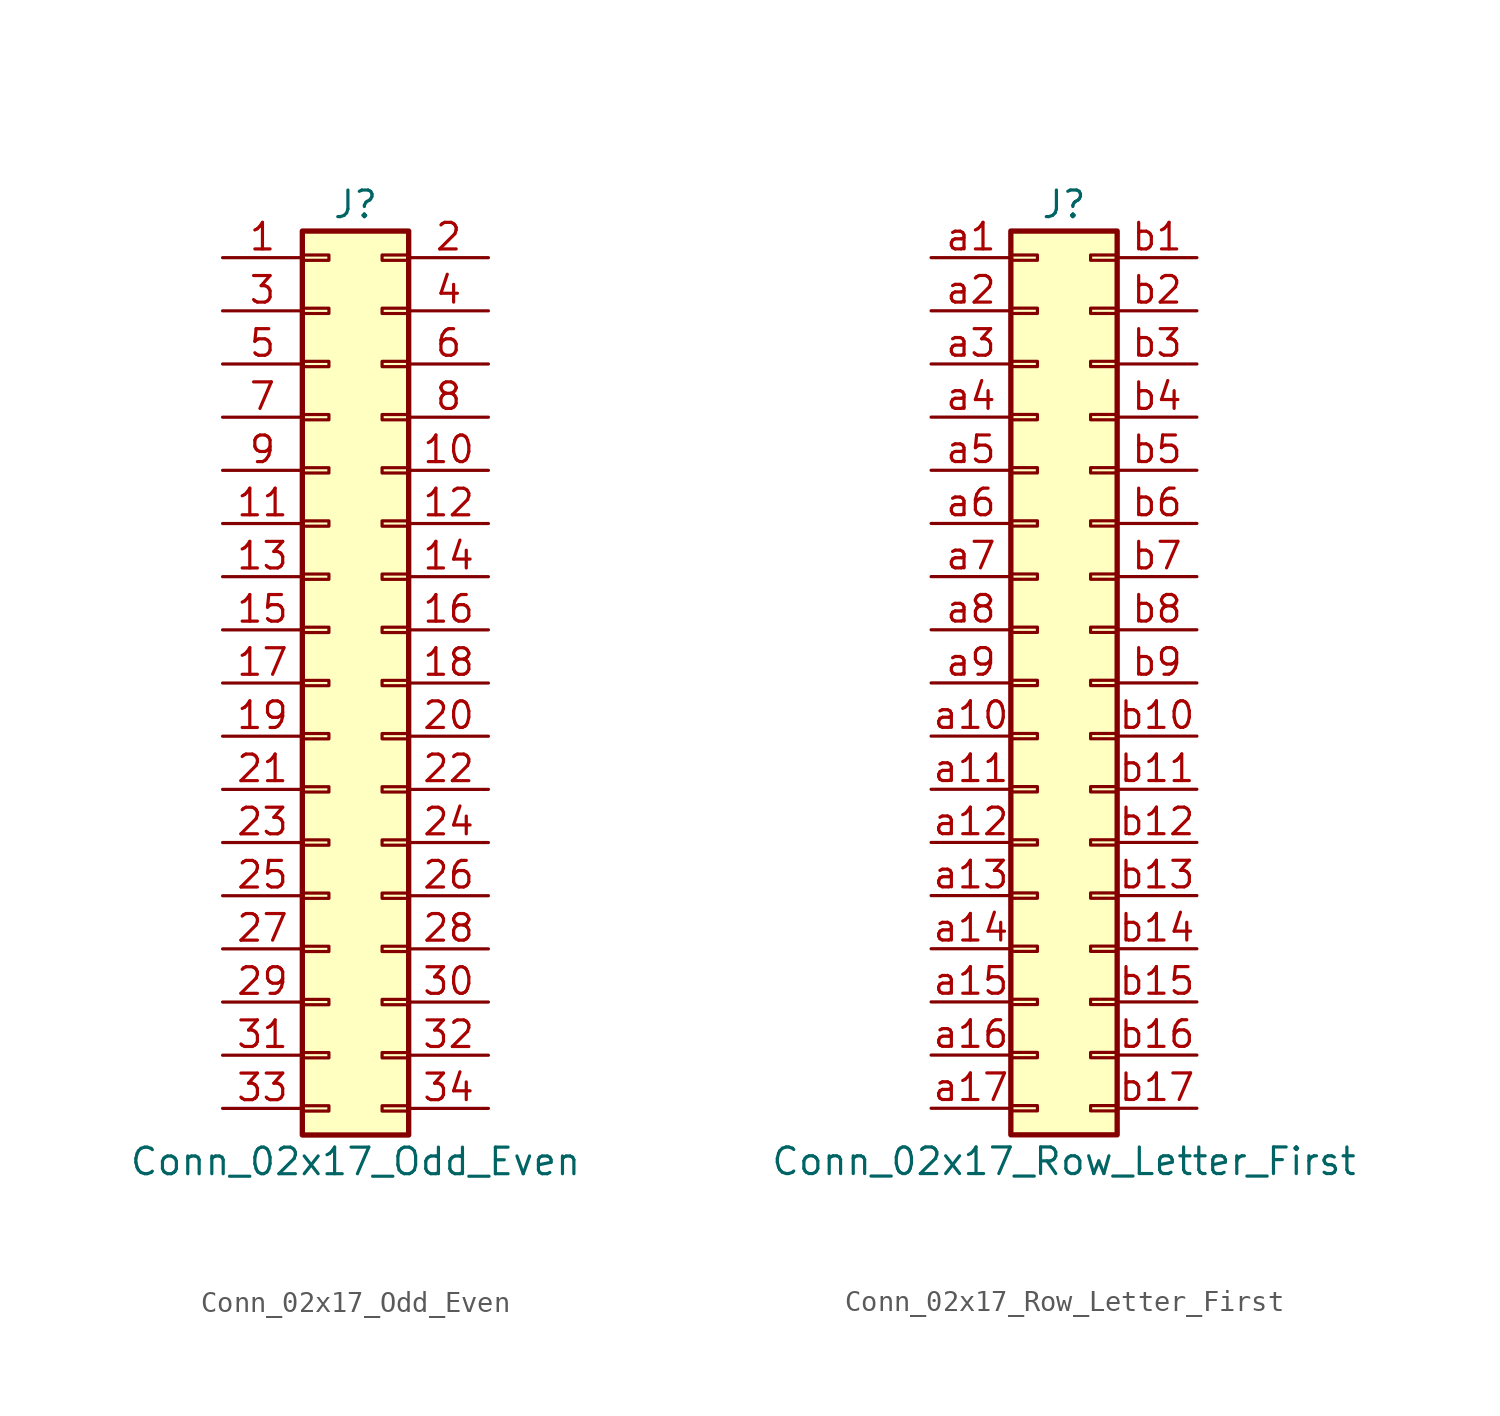
<source format=kicad_sym>
(kicad_symbol_lib
  (version 20220914)
  (generator kicad_symbol_editor)
  (symbol "Conn_02x17_Odd_Even"
    (pin_names
      (offset 1.016) hide)
    (property "Reference" "J"
      (at 1.27 22.86 0)
      (effects (font (size 1.27 1.27))))
    (property "Value" "Conn_02x17_Odd_Even"
      (at 1.27 -22.86 0)
      (effects (font (size 1.27 1.27))))
    (symbol "Conn_02x17_Odd_Even_1_1"
      (rectangle (start -1.27 -20.193) (end 0 -20.447) (stroke (width 0.152) (type solid)) (fill (type none)))
      (rectangle (start -1.27 -17.653) (end 0 -17.907) (stroke (width 0.152) (type solid)) (fill (type none)))
      (rectangle (start -1.27 -15.113) (end 0 -15.367) (stroke (width 0.152) (type solid)) (fill (type none)))
      (rectangle (start -1.27 -12.573) (end 0 -12.827) (stroke (width 0.152) (type solid)) (fill (type none)))
      (rectangle (start -1.27 -10.033) (end 0 -10.287) (stroke (width 0.152) (type solid)) (fill (type none)))
      (rectangle (start -1.27 -7.493) (end 0 -7.747) (stroke (width 0.152) (type solid)) (fill (type none)))
      (rectangle (start -1.27 -4.953) (end 0 -5.207) (stroke (width 0.152) (type solid)) (fill (type none)))
      (rectangle (start -1.27 -2.413) (end 0 -2.667) (stroke (width 0.152) (type solid)) (fill (type none)))
      (rectangle (start -1.27 0.127) (end 0 -0.127) (stroke (width 0.152) (type solid)) (fill (type none)))
      (rectangle (start -1.27 2.667) (end 0 2.413) (stroke (width 0.152) (type solid)) (fill (type none)))
      (rectangle (start -1.27 5.207) (end 0 4.953) (stroke (width 0.152) (type solid)) (fill (type none)))
      (rectangle (start -1.27 7.747) (end 0 7.493) (stroke (width 0.152) (type solid)) (fill (type none)))
      (rectangle (start -1.27 10.287) (end 0 10.033) (stroke (width 0.152) (type solid)) (fill (type none)))
      (rectangle (start -1.27 12.827) (end 0 12.573) (stroke (width 0.152) (type solid)) (fill (type none)))
      (rectangle (start -1.27 15.367) (end 0 15.113) (stroke (width 0.152) (type solid)) (fill (type none)))
      (rectangle (start -1.27 17.907) (end 0 17.653) (stroke (width 0.152) (type solid)) (fill (type none)))
      (rectangle (start -1.27 20.447) (end 0 20.193) (stroke (width 0.152) (type solid)) (fill (type none)))
      (rectangle (start -1.27 21.59) (end 3.81 -21.59) (stroke (width 0.254) (type solid)) (fill (type background)))
      (rectangle (start 3.81 -20.193) (end 2.54 -20.447) (stroke (width 0.152) (type solid)) (fill (type none)))
      (rectangle (start 3.81 -17.653) (end 2.54 -17.907) (stroke (width 0.152) (type solid)) (fill (type none)))
      (rectangle (start 3.81 -15.113) (end 2.54 -15.367) (stroke (width 0.152) (type solid)) (fill (type none)))
      (rectangle (start 3.81 -12.573) (end 2.54 -12.827) (stroke (width 0.152) (type solid)) (fill (type none)))
      (rectangle (start 3.81 -10.033) (end 2.54 -10.287) (stroke (width 0.152) (type solid)) (fill (type none)))
      (rectangle (start 3.81 -7.493) (end 2.54 -7.747) (stroke (width 0.152) (type solid)) (fill (type none)))
      (rectangle (start 3.81 -4.953) (end 2.54 -5.207) (stroke (width 0.152) (type solid)) (fill (type none)))
      (rectangle (start 3.81 -2.413) (end 2.54 -2.667) (stroke (width 0.152) (type solid)) (fill (type none)))
      (rectangle (start 3.81 0.127) (end 2.54 -0.127) (stroke (width 0.152) (type solid)) (fill (type none)))
      (rectangle (start 3.81 2.667) (end 2.54 2.413) (stroke (width 0.152) (type solid)) (fill (type none)))
      (rectangle (start 3.81 5.207) (end 2.54 4.953) (stroke (width 0.152) (type solid)) (fill (type none)))
      (rectangle (start 3.81 7.747) (end 2.54 7.493) (stroke (width 0.152) (type solid)) (fill (type none)))
      (rectangle (start 3.81 10.287) (end 2.54 10.033) (stroke (width 0.152) (type solid)) (fill (type none)))
      (rectangle (start 3.81 12.827) (end 2.54 12.573) (stroke (width 0.152) (type solid)) (fill (type none)))
      (rectangle (start 3.81 15.367) (end 2.54 15.113) (stroke (width 0.152) (type solid)) (fill (type none)))
      (rectangle (start 3.81 17.907) (end 2.54 17.653) (stroke (width 0.152) (type solid)) (fill (type none)))
      (rectangle (start 3.81 20.447) (end 2.54 20.193) (stroke (width 0.152) (type solid)) (fill (type none)))
      (pin passive line (at -5.08 20.32 0) (length 3.81) (name "Pin_1" (effects (font (size 1.27 1.27)))) (number "1" (effects (font (size 1.27 1.27)))))
      (pin passive line (at 7.62 10.16 180) (length 3.81) (name "Pin_10" (effects (font (size 1.27 1.27)))) (number "10" (effects (font (size 1.27 1.27)))))
      (pin passive line (at -5.08 7.62 0) (length 3.81) (name "Pin_11" (effects (font (size 1.27 1.27)))) (number "11" (effects (font (size 1.27 1.27)))))
      (pin passive line (at 7.62 7.62 180) (length 3.81) (name "Pin_12" (effects (font (size 1.27 1.27)))) (number "12" (effects (font (size 1.27 1.27)))))
      (pin passive line (at -5.08 5.08 0) (length 3.81) (name "Pin_13" (effects (font (size 1.27 1.27)))) (number "13" (effects (font (size 1.27 1.27)))))
      (pin passive line (at 7.62 5.08 180) (length 3.81) (name "Pin_14" (effects (font (size 1.27 1.27)))) (number "14" (effects (font (size 1.27 1.27)))))
      (pin passive line (at -5.08 2.54 0) (length 3.81) (name "Pin_15" (effects (font (size 1.27 1.27)))) (number "15" (effects (font (size 1.27 1.27)))))
      (pin passive line (at 7.62 2.54 180) (length 3.81) (name "Pin_16" (effects (font (size 1.27 1.27)))) (number "16" (effects (font (size 1.27 1.27)))))
      (pin passive line (at -5.08 0 0) (length 3.81) (name "Pin_17" (effects (font (size 1.27 1.27)))) (number "17" (effects (font (size 1.27 1.27)))))
      (pin passive line (at 7.62 0 180) (length 3.81) (name "Pin_18" (effects (font (size 1.27 1.27)))) (number "18" (effects (font (size 1.27 1.27)))))
      (pin passive line (at -5.08 -2.54 0) (length 3.81) (name "Pin_19" (effects (font (size 1.27 1.27)))) (number "19" (effects (font (size 1.27 1.27)))))
      (pin passive line (at 7.62 20.32 180) (length 3.81) (name "Pin_2" (effects (font (size 1.27 1.27)))) (number "2" (effects (font (size 1.27 1.27)))))
      (pin passive line (at 7.62 -2.54 180) (length 3.81) (name "Pin_20" (effects (font (size 1.27 1.27)))) (number "20" (effects (font (size 1.27 1.27)))))
      (pin passive line (at -5.08 -5.08 0) (length 3.81) (name "Pin_21" (effects (font (size 1.27 1.27)))) (number "21" (effects (font (size 1.27 1.27)))))
      (pin passive line (at 7.62 -5.08 180) (length 3.81) (name "Pin_22" (effects (font (size 1.27 1.27)))) (number "22" (effects (font (size 1.27 1.27)))))
      (pin passive line (at -5.08 -7.62 0) (length 3.81) (name "Pin_23" (effects (font (size 1.27 1.27)))) (number "23" (effects (font (size 1.27 1.27)))))
      (pin passive line (at 7.62 -7.62 180) (length 3.81) (name "Pin_24" (effects (font (size 1.27 1.27)))) (number "24" (effects (font (size 1.27 1.27)))))
      (pin passive line (at -5.08 -10.16 0) (length 3.81) (name "Pin_25" (effects (font (size 1.27 1.27)))) (number "25" (effects (font (size 1.27 1.27)))))
      (pin passive line (at 7.62 -10.16 180) (length 3.81) (name "Pin_26" (effects (font (size 1.27 1.27)))) (number "26" (effects (font (size 1.27 1.27)))))
      (pin passive line (at -5.08 -12.7 0) (length 3.81) (name "Pin_27" (effects (font (size 1.27 1.27)))) (number "27" (effects (font (size 1.27 1.27)))))
      (pin passive line (at 7.62 -12.7 180) (length 3.81) (name "Pin_28" (effects (font (size 1.27 1.27)))) (number "28" (effects (font (size 1.27 1.27)))))
      (pin passive line (at -5.08 -15.24 0) (length 3.81) (name "Pin_29" (effects (font (size 1.27 1.27)))) (number "29" (effects (font (size 1.27 1.27)))))
      (pin passive line (at -5.08 17.78 0) (length 3.81) (name "Pin_3" (effects (font (size 1.27 1.27)))) (number "3" (effects (font (size 1.27 1.27)))))
      (pin passive line (at 7.62 -15.24 180) (length 3.81) (name "Pin_30" (effects (font (size 1.27 1.27)))) (number "30" (effects (font (size 1.27 1.27)))))
      (pin passive line (at -5.08 -17.78 0) (length 3.81) (name "Pin_31" (effects (font (size 1.27 1.27)))) (number "31" (effects (font (size 1.27 1.27)))))
      (pin passive line (at 7.62 -17.78 180) (length 3.81) (name "Pin_32" (effects (font (size 1.27 1.27)))) (number "32" (effects (font (size 1.27 1.27)))))
      (pin passive line (at -5.08 -20.32 0) (length 3.81) (name "Pin_33" (effects (font (size 1.27 1.27)))) (number "33" (effects (font (size 1.27 1.27)))))
      (pin passive line (at 7.62 -20.32 180) (length 3.81) (name "Pin_34" (effects (font (size 1.27 1.27)))) (number "34" (effects (font (size 1.27 1.27)))))
      (pin passive line (at 7.62 17.78 180) (length 3.81) (name "Pin_4" (effects (font (size 1.27 1.27)))) (number "4" (effects (font (size 1.27 1.27)))))
      (pin passive line (at -5.08 15.24 0) (length 3.81) (name "Pin_5" (effects (font (size 1.27 1.27)))) (number "5" (effects (font (size 1.27 1.27)))))
      (pin passive line (at 7.62 15.24 180) (length 3.81) (name "Pin_6" (effects (font (size 1.27 1.27)))) (number "6" (effects (font (size 1.27 1.27)))))
      (pin passive line (at -5.08 12.7 0) (length 3.81) (name "Pin_7" (effects (font (size 1.27 1.27)))) (number "7" (effects (font (size 1.27 1.27)))))
      (pin passive line (at 7.62 12.7 180) (length 3.81) (name "Pin_8" (effects (font (size 1.27 1.27)))) (number "8" (effects (font (size 1.27 1.27)))))
      (pin passive line (at -5.08 10.16 0) (length 3.81) (name "Pin_9" (effects (font (size 1.27 1.27)))) (number "9" (effects (font (size 1.27 1.27)))))))
  (symbol "Conn_02x17_Row_Letter_First"
    (pin_names
      (offset 1.016) hide)
    (property "Reference" "J"
      (at 1.27 22.86 0)
      (effects (font (size 1.27 1.27))))
    (property "Value" "Conn_02x17_Row_Letter_First"
      (at 1.27 -22.86 0)
      (effects (font (size 1.27 1.27))))
    (symbol "Conn_02x17_Row_Letter_First_1_1"
      (rectangle (start -1.27 -20.193) (end 0 -20.447) (stroke (width 0.152) (type solid)) (fill (type none)))
      (rectangle (start -1.27 -17.653) (end 0 -17.907) (stroke (width 0.152) (type solid)) (fill (type none)))
      (rectangle (start -1.27 -15.113) (end 0 -15.367) (stroke (width 0.152) (type solid)) (fill (type none)))
      (rectangle (start -1.27 -12.573) (end 0 -12.827) (stroke (width 0.152) (type solid)) (fill (type none)))
      (rectangle (start -1.27 -10.033) (end 0 -10.287) (stroke (width 0.152) (type solid)) (fill (type none)))
      (rectangle (start -1.27 -7.493) (end 0 -7.747) (stroke (width 0.152) (type solid)) (fill (type none)))
      (rectangle (start -1.27 -4.953) (end 0 -5.207) (stroke (width 0.152) (type solid)) (fill (type none)))
      (rectangle (start -1.27 -2.413) (end 0 -2.667) (stroke (width 0.152) (type solid)) (fill (type none)))
      (rectangle (start -1.27 0.127) (end 0 -0.127) (stroke (width 0.152) (type solid)) (fill (type none)))
      (rectangle (start -1.27 2.667) (end 0 2.413) (stroke (width 0.152) (type solid)) (fill (type none)))
      (rectangle (start -1.27 5.207) (end 0 4.953) (stroke (width 0.152) (type solid)) (fill (type none)))
      (rectangle (start -1.27 7.747) (end 0 7.493) (stroke (width 0.152) (type solid)) (fill (type none)))
      (rectangle (start -1.27 10.287) (end 0 10.033) (stroke (width 0.152) (type solid)) (fill (type none)))
      (rectangle (start -1.27 12.827) (end 0 12.573) (stroke (width 0.152) (type solid)) (fill (type none)))
      (rectangle (start -1.27 15.367) (end 0 15.113) (stroke (width 0.152) (type solid)) (fill (type none)))
      (rectangle (start -1.27 17.907) (end 0 17.653) (stroke (width 0.152) (type solid)) (fill (type none)))
      (rectangle (start -1.27 20.447) (end 0 20.193) (stroke (width 0.152) (type solid)) (fill (type none)))
      (rectangle (start -1.27 21.59) (end 3.81 -21.59) (stroke (width 0.254) (type solid)) (fill (type background)))
      (rectangle (start 3.81 -20.193) (end 2.54 -20.447) (stroke (width 0.152) (type solid)) (fill (type none)))
      (rectangle (start 3.81 -17.653) (end 2.54 -17.907) (stroke (width 0.152) (type solid)) (fill (type none)))
      (rectangle (start 3.81 -15.113) (end 2.54 -15.367) (stroke (width 0.152) (type solid)) (fill (type none)))
      (rectangle (start 3.81 -12.573) (end 2.54 -12.827) (stroke (width 0.152) (type solid)) (fill (type none)))
      (rectangle (start 3.81 -10.033) (end 2.54 -10.287) (stroke (width 0.152) (type solid)) (fill (type none)))
      (rectangle (start 3.81 -7.493) (end 2.54 -7.747) (stroke (width 0.152) (type solid)) (fill (type none)))
      (rectangle (start 3.81 -4.953) (end 2.54 -5.207) (stroke (width 0.152) (type solid)) (fill (type none)))
      (rectangle (start 3.81 -2.413) (end 2.54 -2.667) (stroke (width 0.152) (type solid)) (fill (type none)))
      (rectangle (start 3.81 0.127) (end 2.54 -0.127) (stroke (width 0.152) (type solid)) (fill (type none)))
      (rectangle (start 3.81 2.667) (end 2.54 2.413) (stroke (width 0.152) (type solid)) (fill (type none)))
      (rectangle (start 3.81 5.207) (end 2.54 4.953) (stroke (width 0.152) (type solid)) (fill (type none)))
      (rectangle (start 3.81 7.747) (end 2.54 7.493) (stroke (width 0.152) (type solid)) (fill (type none)))
      (rectangle (start 3.81 10.287) (end 2.54 10.033) (stroke (width 0.152) (type solid)) (fill (type none)))
      (rectangle (start 3.81 12.827) (end 2.54 12.573) (stroke (width 0.152) (type solid)) (fill (type none)))
      (rectangle (start 3.81 15.367) (end 2.54 15.113) (stroke (width 0.152) (type solid)) (fill (type none)))
      (rectangle (start 3.81 17.907) (end 2.54 17.653) (stroke (width 0.152) (type solid)) (fill (type none)))
      (rectangle (start 3.81 20.447) (end 2.54 20.193) (stroke (width 0.152) (type solid)) (fill (type none)))
      (pin passive line (at -5.08 20.32 0) (length 3.81) (name "Pin_a1" (effects (font (size 1.27 1.27)))) (number "a1" (effects (font (size 1.27 1.27)))))
      (pin passive line (at -5.08 -2.54 0) (length 3.81) (name "Pin_a10" (effects (font (size 1.27 1.27)))) (number "a10" (effects (font (size 1.27 1.27)))))
      (pin passive line (at -5.08 -5.08 0) (length 3.81) (name "Pin_a11" (effects (font (size 1.27 1.27)))) (number "a11" (effects (font (size 1.27 1.27)))))
      (pin passive line (at -5.08 -7.62 0) (length 3.81) (name "Pin_a12" (effects (font (size 1.27 1.27)))) (number "a12" (effects (font (size 1.27 1.27)))))
      (pin passive line (at -5.08 -10.16 0) (length 3.81) (name "Pin_a13" (effects (font (size 1.27 1.27)))) (number "a13" (effects (font (size 1.27 1.27)))))
      (pin passive line (at -5.08 -12.7 0) (length 3.81) (name "Pin_a14" (effects (font (size 1.27 1.27)))) (number "a14" (effects (font (size 1.27 1.27)))))
      (pin passive line (at -5.08 -15.24 0) (length 3.81) (name "Pin_a15" (effects (font (size 1.27 1.27)))) (number "a15" (effects (font (size 1.27 1.27)))))
      (pin passive line (at -5.08 -17.78 0) (length 3.81) (name "Pin_a16" (effects (font (size 1.27 1.27)))) (number "a16" (effects (font (size 1.27 1.27)))))
      (pin passive line (at -5.08 -20.32 0) (length 3.81) (name "Pin_a17" (effects (font (size 1.27 1.27)))) (number "a17" (effects (font (size 1.27 1.27)))))
      (pin passive line (at -5.08 17.78 0) (length 3.81) (name "Pin_a2" (effects (font (size 1.27 1.27)))) (number "a2" (effects (font (size 1.27 1.27)))))
      (pin passive line (at -5.08 15.24 0) (length 3.81) (name "Pin_a3" (effects (font (size 1.27 1.27)))) (number "a3" (effects (font (size 1.27 1.27)))))
      (pin passive line (at -5.08 12.7 0) (length 3.81) (name "Pin_a4" (effects (font (size 1.27 1.27)))) (number "a4" (effects (font (size 1.27 1.27)))))
      (pin passive line (at -5.08 10.16 0) (length 3.81) (name "Pin_a5" (effects (font (size 1.27 1.27)))) (number "a5" (effects (font (size 1.27 1.27)))))
      (pin passive line (at -5.08 7.62 0) (length 3.81) (name "Pin_a6" (effects (font (size 1.27 1.27)))) (number "a6" (effects (font (size 1.27 1.27)))))
      (pin passive line (at -5.08 5.08 0) (length 3.81) (name "Pin_a7" (effects (font (size 1.27 1.27)))) (number "a7" (effects (font (size 1.27 1.27)))))
      (pin passive line (at -5.08 2.54 0) (length 3.81) (name "Pin_a8" (effects (font (size 1.27 1.27)))) (number "a8" (effects (font (size 1.27 1.27)))))
      (pin passive line (at -5.08 0 0) (length 3.81) (name "Pin_a9" (effects (font (size 1.27 1.27)))) (number "a9" (effects (font (size 1.27 1.27)))))
      (pin passive line (at 7.62 20.32 180) (length 3.81) (name "Pin_b1" (effects (font (size 1.27 1.27)))) (number "b1" (effects (font (size 1.27 1.27)))))
      (pin passive line (at 7.62 -2.54 180) (length 3.81) (name "Pin_b10" (effects (font (size 1.27 1.27)))) (number "b10" (effects (font (size 1.27 1.27)))))
      (pin passive line (at 7.62 -5.08 180) (length 3.81) (name "Pin_b11" (effects (font (size 1.27 1.27)))) (number "b11" (effects (font (size 1.27 1.27)))))
      (pin passive line (at 7.62 -7.62 180) (length 3.81) (name "Pin_b12" (effects (font (size 1.27 1.27)))) (number "b12" (effects (font (size 1.27 1.27)))))
      (pin passive line (at 7.62 -10.16 180) (length 3.81) (name "Pin_b13" (effects (font (size 1.27 1.27)))) (number "b13" (effects (font (size 1.27 1.27)))))
      (pin passive line (at 7.62 -12.7 180) (length 3.81) (name "Pin_b14" (effects (font (size 1.27 1.27)))) (number "b14" (effects (font (size 1.27 1.27)))))
      (pin passive line (at 7.62 -15.24 180) (length 3.81) (name "Pin_b15" (effects (font (size 1.27 1.27)))) (number "b15" (effects (font (size 1.27 1.27)))))
      (pin passive line (at 7.62 -17.78 180) (length 3.81) (name "Pin_b16" (effects (font (size 1.27 1.27)))) (number "b16" (effects (font (size 1.27 1.27)))))
      (pin passive line (at 7.62 -20.32 180) (length 3.81) (name "Pin_b17" (effects (font (size 1.27 1.27)))) (number "b17" (effects (font (size 1.27 1.27)))))
      (pin passive line (at 7.62 17.78 180) (length 3.81) (name "Pin_b2" (effects (font (size 1.27 1.27)))) (number "b2" (effects (font (size 1.27 1.27)))))
      (pin passive line (at 7.62 15.24 180) (length 3.81) (name "Pin_b3" (effects (font (size 1.27 1.27)))) (number "b3" (effects (font (size 1.27 1.27)))))
      (pin passive line (at 7.62 12.7 180) (length 3.81) (name "Pin_b4" (effects (font (size 1.27 1.27)))) (number "b4" (effects (font (size 1.27 1.27)))))
      (pin passive line (at 7.62 10.16 180) (length 3.81) (name "Pin_b5" (effects (font (size 1.27 1.27)))) (number "b5" (effects (font (size 1.27 1.27)))))
      (pin passive line (at 7.62 7.62 180) (length 3.81) (name "Pin_b6" (effects (font (size 1.27 1.27)))) (number "b6" (effects (font (size 1.27 1.27)))))
      (pin passive line (at 7.62 5.08 180) (length 3.81) (name "Pin_b7" (effects (font (size 1.27 1.27)))) (number "b7" (effects (font (size 1.27 1.27)))))
      (pin passive line (at 7.62 2.54 180) (length 3.81) (name "Pin_b8" (effects (font (size 1.27 1.27)))) (number "b8" (effects (font (size 1.27 1.27)))))
      (pin passive line (at 7.62 0 180) (length 3.81) (name "Pin_b9" (effects (font (size 1.27 1.27)))) (number "b9" (effects (font (size 1.27 1.27))))))))
</source>
